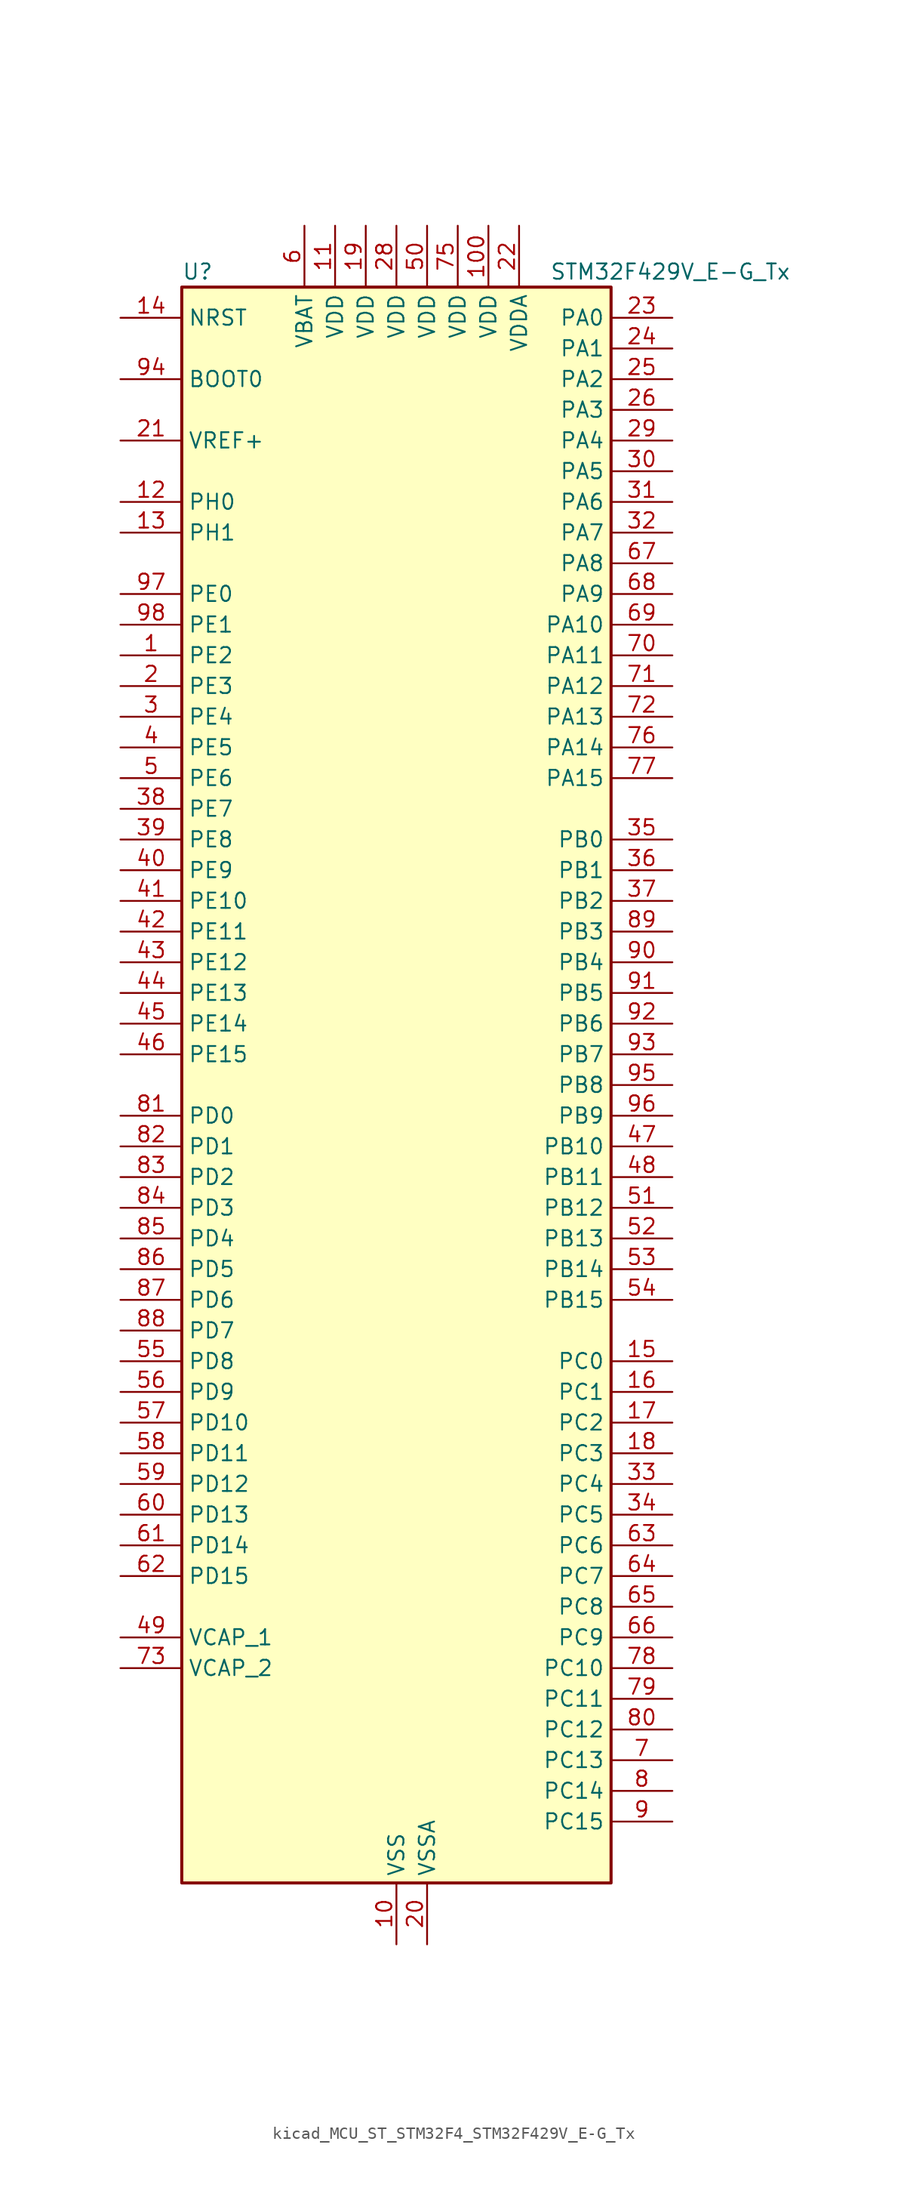
<source format=kicad_sym>
(kicad_symbol_lib
  (version 20220914)
  (generator kicad_symbol_editor)
  (symbol "kicad_MCU_ST_STM32F4_STM32F429V_E-G_Tx"
    (property "Reference" "U"
      (at -17.78 67.31 0)
      (effects (font (size 1.27 1.27)) (justify left)))
    (property "Value" "STM32F429V_E-G_Tx"
      (at 12.7 67.31 0)
      (effects (font (size 1.27 1.27)) (justify left)))
    (property "ki_locked" ""
      (at 0 0 0)
      (effects (font (size 1.27 1.27))))
    (symbol "kicad_MCU_ST_STM32F4_STM32F429V_E-G_Tx_0_1"
      (rectangle (start -17.78 -66.04) (end 17.78 66.04) (stroke (width 0.254) (type default)) (fill (type background))))
    (symbol "kicad_MCU_ST_STM32F4_STM32F429V_E-G_Tx_1_1"
      (pin bidirectional line (at -22.86 35.56 0) (length 5.08) (name "PE2" (effects (font (size 1.27 1.27)))) (number "1" (effects (font (size 1.27 1.27)))) (alternate "ETH_TXD3" bidirectional line) (alternate "FMC_A23" bidirectional line) (alternate "SAI1_MCLK_A" bidirectional line) (alternate "SPI4_SCK" bidirectional line) (alternate "SYS_TRACECLK" bidirectional line))
      (pin power_in line (at 0 -71.12 90) (length 5.08) (name "VSS" (effects (font (size 1.27 1.27)))) (number "10" (effects (font (size 1.27 1.27)))))
      (pin power_in line (at 7.62 71.12 270) (length 5.08) (name "VDD" (effects (font (size 1.27 1.27)))) (number "100" (effects (font (size 1.27 1.27)))))
      (pin power_in line (at -5.08 71.12 270) (length 5.08) (name "VDD" (effects (font (size 1.27 1.27)))) (number "11" (effects (font (size 1.27 1.27)))))
      (pin bidirectional line (at -22.86 48.26 0) (length 5.08) (name "PH0" (effects (font (size 1.27 1.27)))) (number "12" (effects (font (size 1.27 1.27)))) (alternate "RCC_OSC_IN" bidirectional line))
      (pin bidirectional line (at -22.86 45.72 0) (length 5.08) (name "PH1" (effects (font (size 1.27 1.27)))) (number "13" (effects (font (size 1.27 1.27)))) (alternate "RCC_OSC_OUT" bidirectional line))
      (pin input line (at -22.86 63.5 0) (length 5.08) (name "NRST" (effects (font (size 1.27 1.27)))) (number "14" (effects (font (size 1.27 1.27)))))
      (pin bidirectional line (at 22.86 -22.86 180) (length 5.08) (name "PC0" (effects (font (size 1.27 1.27)))) (number "15" (effects (font (size 1.27 1.27)))) (alternate "ADC1_IN10" bidirectional line) (alternate "ADC2_IN10" bidirectional line) (alternate "ADC3_IN10" bidirectional line) (alternate "USB_OTG_HS_ULPI_STP" bidirectional line))
      (pin bidirectional line (at 22.86 -25.4 180) (length 5.08) (name "PC1" (effects (font (size 1.27 1.27)))) (number "16" (effects (font (size 1.27 1.27)))) (alternate "ADC1_IN11" bidirectional line) (alternate "ADC2_IN11" bidirectional line) (alternate "ADC3_IN11" bidirectional line) (alternate "ETH_MDC" bidirectional line))
      (pin bidirectional line (at 22.86 -27.94 180) (length 5.08) (name "PC2" (effects (font (size 1.27 1.27)))) (number "17" (effects (font (size 1.27 1.27)))) (alternate "ADC1_IN12" bidirectional line) (alternate "ADC2_IN12" bidirectional line) (alternate "ADC3_IN12" bidirectional line) (alternate "ETH_TXD2" bidirectional line) (alternate "I2S2_ext_SD" bidirectional line) (alternate "SPI2_MISO" bidirectional line) (alternate "USB_OTG_HS_ULPI_DIR" bidirectional line))
      (pin bidirectional line (at 22.86 -30.48 180) (length 5.08) (name "PC3" (effects (font (size 1.27 1.27)))) (number "18" (effects (font (size 1.27 1.27)))) (alternate "ADC1_IN13" bidirectional line) (alternate "ADC2_IN13" bidirectional line) (alternate "ADC3_IN13" bidirectional line) (alternate "ETH_TX_CLK" bidirectional line) (alternate "I2S2_SD" bidirectional line) (alternate "SPI2_MOSI" bidirectional line) (alternate "USB_OTG_HS_ULPI_NXT" bidirectional line))
      (pin power_in line (at -2.54 71.12 270) (length 5.08) (name "VDD" (effects (font (size 1.27 1.27)))) (number "19" (effects (font (size 1.27 1.27)))))
      (pin bidirectional line (at -22.86 33.02 0) (length 5.08) (name "PE3" (effects (font (size 1.27 1.27)))) (number "2" (effects (font (size 1.27 1.27)))) (alternate "FMC_A19" bidirectional line) (alternate "SAI1_SD_B" bidirectional line) (alternate "SYS_TRACED0" bidirectional line))
      (pin power_in line (at 2.54 -71.12 90) (length 5.08) (name "VSSA" (effects (font (size 1.27 1.27)))) (number "20" (effects (font (size 1.27 1.27)))))
      (pin input line (at -22.86 53.34 0) (length 5.08) (name "VREF+" (effects (font (size 1.27 1.27)))) (number "21" (effects (font (size 1.27 1.27)))))
      (pin power_in line (at 10.16 71.12 270) (length 5.08) (name "VDDA" (effects (font (size 1.27 1.27)))) (number "22" (effects (font (size 1.27 1.27)))))
      (pin bidirectional line (at 22.86 63.5 180) (length 5.08) (name "PA0" (effects (font (size 1.27 1.27)))) (number "23" (effects (font (size 1.27 1.27)))) (alternate "ADC1_IN0" bidirectional line) (alternate "ADC2_IN0" bidirectional line) (alternate "ADC3_IN0" bidirectional line) (alternate "ETH_CRS" bidirectional line) (alternate "SYS_WKUP" bidirectional line) (alternate "TIM2_CH1" bidirectional line) (alternate "TIM2_ETR" bidirectional line) (alternate "TIM5_CH1" bidirectional line) (alternate "TIM8_ETR" bidirectional line) (alternate "UART4_TX" bidirectional line) (alternate "USART2_CTS" bidirectional line))
      (pin bidirectional line (at 22.86 60.96 180) (length 5.08) (name "PA1" (effects (font (size 1.27 1.27)))) (number "24" (effects (font (size 1.27 1.27)))) (alternate "ADC1_IN1" bidirectional line) (alternate "ADC2_IN1" bidirectional line) (alternate "ADC3_IN1" bidirectional line) (alternate "ETH_REF_CLK" bidirectional line) (alternate "ETH_RX_CLK" bidirectional line) (alternate "TIM2_CH2" bidirectional line) (alternate "TIM5_CH2" bidirectional line) (alternate "UART4_RX" bidirectional line) (alternate "USART2_RTS" bidirectional line))
      (pin bidirectional line (at 22.86 58.42 180) (length 5.08) (name "PA2" (effects (font (size 1.27 1.27)))) (number "25" (effects (font (size 1.27 1.27)))) (alternate "ADC1_IN2" bidirectional line) (alternate "ADC2_IN2" bidirectional line) (alternate "ADC3_IN2" bidirectional line) (alternate "ETH_MDIO" bidirectional line) (alternate "TIM2_CH3" bidirectional line) (alternate "TIM5_CH3" bidirectional line) (alternate "TIM9_CH1" bidirectional line) (alternate "USART2_TX" bidirectional line))
      (pin bidirectional line (at 22.86 55.88 180) (length 5.08) (name "PA3" (effects (font (size 1.27 1.27)))) (number "26" (effects (font (size 1.27 1.27)))) (alternate "ADC1_IN3" bidirectional line) (alternate "ADC2_IN3" bidirectional line) (alternate "ADC3_IN3" bidirectional line) (alternate "ETH_COL" bidirectional line) (alternate "LTDC_B5" bidirectional line) (alternate "TIM2_CH4" bidirectional line) (alternate "TIM5_CH4" bidirectional line) (alternate "TIM9_CH2" bidirectional line) (alternate "USART2_RX" bidirectional line) (alternate "USB_OTG_HS_ULPI_D0" bidirectional line))
      (pin passive line (at 0 -71.12 90) (length 5.08) hide (name "VSS" (effects (font (size 1.27 1.27)))) (number "27" (effects (font (size 1.27 1.27)))))
      (pin power_in line (at 0 71.12 270) (length 5.08) (name "VDD" (effects (font (size 1.27 1.27)))) (number "28" (effects (font (size 1.27 1.27)))))
      (pin bidirectional line (at 22.86 53.34 180) (length 5.08) (name "PA4" (effects (font (size 1.27 1.27)))) (number "29" (effects (font (size 1.27 1.27)))) (alternate "ADC1_IN4" bidirectional line) (alternate "ADC2_IN4" bidirectional line) (alternate "DAC_OUT1" bidirectional line) (alternate "DCMI_HSYNC" bidirectional line) (alternate "I2S3_WS" bidirectional line) (alternate "LTDC_VSYNC" bidirectional line) (alternate "SPI1_NSS" bidirectional line) (alternate "SPI3_NSS" bidirectional line) (alternate "USART2_CK" bidirectional line) (alternate "USB_OTG_HS_SOF" bidirectional line))
      (pin bidirectional line (at -22.86 30.48 0) (length 5.08) (name "PE4" (effects (font (size 1.27 1.27)))) (number "3" (effects (font (size 1.27 1.27)))) (alternate "DCMI_D4" bidirectional line) (alternate "FMC_A20" bidirectional line) (alternate "LTDC_B0" bidirectional line) (alternate "SAI1_FS_A" bidirectional line) (alternate "SPI4_NSS" bidirectional line) (alternate "SYS_TRACED1" bidirectional line))
      (pin bidirectional line (at 22.86 50.8 180) (length 5.08) (name "PA5" (effects (font (size 1.27 1.27)))) (number "30" (effects (font (size 1.27 1.27)))) (alternate "ADC1_IN5" bidirectional line) (alternate "ADC2_IN5" bidirectional line) (alternate "DAC_OUT2" bidirectional line) (alternate "SPI1_SCK" bidirectional line) (alternate "TIM2_CH1" bidirectional line) (alternate "TIM2_ETR" bidirectional line) (alternate "TIM8_CH1N" bidirectional line) (alternate "USB_OTG_HS_ULPI_CK" bidirectional line))
      (pin bidirectional line (at 22.86 48.26 180) (length 5.08) (name "PA6" (effects (font (size 1.27 1.27)))) (number "31" (effects (font (size 1.27 1.27)))) (alternate "ADC1_IN6" bidirectional line) (alternate "ADC2_IN6" bidirectional line) (alternate "DCMI_PIXCLK" bidirectional line) (alternate "LTDC_G2" bidirectional line) (alternate "SPI1_MISO" bidirectional line) (alternate "TIM13_CH1" bidirectional line) (alternate "TIM1_BKIN" bidirectional line) (alternate "TIM3_CH1" bidirectional line) (alternate "TIM8_BKIN" bidirectional line))
      (pin bidirectional line (at 22.86 45.72 180) (length 5.08) (name "PA7" (effects (font (size 1.27 1.27)))) (number "32" (effects (font (size 1.27 1.27)))) (alternate "ADC1_IN7" bidirectional line) (alternate "ADC2_IN7" bidirectional line) (alternate "ETH_CRS_DV" bidirectional line) (alternate "ETH_RX_DV" bidirectional line) (alternate "SPI1_MOSI" bidirectional line) (alternate "TIM14_CH1" bidirectional line) (alternate "TIM1_CH1N" bidirectional line) (alternate "TIM3_CH2" bidirectional line) (alternate "TIM8_CH1N" bidirectional line))
      (pin bidirectional line (at 22.86 -33.02 180) (length 5.08) (name "PC4" (effects (font (size 1.27 1.27)))) (number "33" (effects (font (size 1.27 1.27)))) (alternate "ADC1_IN14" bidirectional line) (alternate "ADC2_IN14" bidirectional line) (alternate "ETH_RXD0" bidirectional line))
      (pin bidirectional line (at 22.86 -35.56 180) (length 5.08) (name "PC5" (effects (font (size 1.27 1.27)))) (number "34" (effects (font (size 1.27 1.27)))) (alternate "ADC1_IN15" bidirectional line) (alternate "ADC2_IN15" bidirectional line) (alternate "ETH_RXD1" bidirectional line))
      (pin bidirectional line (at 22.86 20.32 180) (length 5.08) (name "PB0" (effects (font (size 1.27 1.27)))) (number "35" (effects (font (size 1.27 1.27)))) (alternate "ADC1_IN8" bidirectional line) (alternate "ADC2_IN8" bidirectional line) (alternate "ETH_RXD2" bidirectional line) (alternate "LTDC_R3" bidirectional line) (alternate "TIM1_CH2N" bidirectional line) (alternate "TIM3_CH3" bidirectional line) (alternate "TIM8_CH2N" bidirectional line) (alternate "USB_OTG_HS_ULPI_D1" bidirectional line))
      (pin bidirectional line (at 22.86 17.78 180) (length 5.08) (name "PB1" (effects (font (size 1.27 1.27)))) (number "36" (effects (font (size 1.27 1.27)))) (alternate "ADC1_IN9" bidirectional line) (alternate "ADC2_IN9" bidirectional line) (alternate "ETH_RXD3" bidirectional line) (alternate "LTDC_R6" bidirectional line) (alternate "TIM1_CH3N" bidirectional line) (alternate "TIM3_CH4" bidirectional line) (alternate "TIM8_CH3N" bidirectional line) (alternate "USB_OTG_HS_ULPI_D2" bidirectional line))
      (pin bidirectional line (at 22.86 15.24 180) (length 5.08) (name "PB2" (effects (font (size 1.27 1.27)))) (number "37" (effects (font (size 1.27 1.27)))))
      (pin bidirectional line (at -22.86 22.86 0) (length 5.08) (name "PE7" (effects (font (size 1.27 1.27)))) (number "38" (effects (font (size 1.27 1.27)))) (alternate "FMC_D4" bidirectional line) (alternate "FMC_DA4" bidirectional line) (alternate "TIM1_ETR" bidirectional line) (alternate "UART7_RX" bidirectional line))
      (pin bidirectional line (at -22.86 20.32 0) (length 5.08) (name "PE8" (effects (font (size 1.27 1.27)))) (number "39" (effects (font (size 1.27 1.27)))) (alternate "FMC_D5" bidirectional line) (alternate "FMC_DA5" bidirectional line) (alternate "TIM1_CH1N" bidirectional line) (alternate "UART7_TX" bidirectional line))
      (pin bidirectional line (at -22.86 27.94 0) (length 5.08) (name "PE5" (effects (font (size 1.27 1.27)))) (number "4" (effects (font (size 1.27 1.27)))) (alternate "DCMI_D6" bidirectional line) (alternate "FMC_A21" bidirectional line) (alternate "LTDC_G0" bidirectional line) (alternate "SAI1_SCK_A" bidirectional line) (alternate "SPI4_MISO" bidirectional line) (alternate "SYS_TRACED2" bidirectional line) (alternate "TIM9_CH1" bidirectional line))
      (pin bidirectional line (at -22.86 17.78 0) (length 5.08) (name "PE9" (effects (font (size 1.27 1.27)))) (number "40" (effects (font (size 1.27 1.27)))) (alternate "DAC_EXTI9" bidirectional line) (alternate "FMC_D6" bidirectional line) (alternate "FMC_DA6" bidirectional line) (alternate "TIM1_CH1" bidirectional line))
      (pin bidirectional line (at -22.86 15.24 0) (length 5.08) (name "PE10" (effects (font (size 1.27 1.27)))) (number "41" (effects (font (size 1.27 1.27)))) (alternate "FMC_D7" bidirectional line) (alternate "FMC_DA7" bidirectional line) (alternate "TIM1_CH2N" bidirectional line))
      (pin bidirectional line (at -22.86 12.7 0) (length 5.08) (name "PE11" (effects (font (size 1.27 1.27)))) (number "42" (effects (font (size 1.27 1.27)))) (alternate "ADC1_EXTI11" bidirectional line) (alternate "ADC2_EXTI11" bidirectional line) (alternate "ADC3_EXTI11" bidirectional line) (alternate "FMC_D8" bidirectional line) (alternate "FMC_DA8" bidirectional line) (alternate "LTDC_G3" bidirectional line) (alternate "SPI4_NSS" bidirectional line) (alternate "TIM1_CH2" bidirectional line))
      (pin bidirectional line (at -22.86 10.16 0) (length 5.08) (name "PE12" (effects (font (size 1.27 1.27)))) (number "43" (effects (font (size 1.27 1.27)))) (alternate "FMC_D9" bidirectional line) (alternate "FMC_DA9" bidirectional line) (alternate "LTDC_B4" bidirectional line) (alternate "SPI4_SCK" bidirectional line) (alternate "TIM1_CH3N" bidirectional line))
      (pin bidirectional line (at -22.86 7.62 0) (length 5.08) (name "PE13" (effects (font (size 1.27 1.27)))) (number "44" (effects (font (size 1.27 1.27)))) (alternate "FMC_D10" bidirectional line) (alternate "FMC_DA10" bidirectional line) (alternate "LTDC_DE" bidirectional line) (alternate "SPI4_MISO" bidirectional line) (alternate "TIM1_CH3" bidirectional line))
      (pin bidirectional line (at -22.86 5.08 0) (length 5.08) (name "PE14" (effects (font (size 1.27 1.27)))) (number "45" (effects (font (size 1.27 1.27)))) (alternate "FMC_D11" bidirectional line) (alternate "FMC_DA11" bidirectional line) (alternate "LTDC_CLK" bidirectional line) (alternate "SPI4_MOSI" bidirectional line) (alternate "TIM1_CH4" bidirectional line))
      (pin bidirectional line (at -22.86 2.54 0) (length 5.08) (name "PE15" (effects (font (size 1.27 1.27)))) (number "46" (effects (font (size 1.27 1.27)))) (alternate "ADC1_EXTI15" bidirectional line) (alternate "ADC2_EXTI15" bidirectional line) (alternate "ADC3_EXTI15" bidirectional line) (alternate "FMC_D12" bidirectional line) (alternate "FMC_DA12" bidirectional line) (alternate "LTDC_R7" bidirectional line) (alternate "TIM1_BKIN" bidirectional line))
      (pin bidirectional line (at 22.86 -5.08 180) (length 5.08) (name "PB10" (effects (font (size 1.27 1.27)))) (number "47" (effects (font (size 1.27 1.27)))) (alternate "ETH_RX_ER" bidirectional line) (alternate "I2C2_SCL" bidirectional line) (alternate "I2S2_CK" bidirectional line) (alternate "LTDC_G4" bidirectional line) (alternate "SPI2_SCK" bidirectional line) (alternate "TIM2_CH3" bidirectional line) (alternate "USART3_TX" bidirectional line) (alternate "USB_OTG_HS_ULPI_D3" bidirectional line))
      (pin bidirectional line (at 22.86 -7.62 180) (length 5.08) (name "PB11" (effects (font (size 1.27 1.27)))) (number "48" (effects (font (size 1.27 1.27)))) (alternate "ADC1_EXTI11" bidirectional line) (alternate "ADC2_EXTI11" bidirectional line) (alternate "ADC3_EXTI11" bidirectional line) (alternate "ETH_TX_EN" bidirectional line) (alternate "I2C2_SDA" bidirectional line) (alternate "LTDC_G5" bidirectional line) (alternate "TIM2_CH4" bidirectional line) (alternate "USART3_RX" bidirectional line) (alternate "USB_OTG_HS_ULPI_D4" bidirectional line))
      (pin power_out line (at -22.86 -45.72 0) (length 5.08) (name "VCAP_1" (effects (font (size 1.27 1.27)))) (number "49" (effects (font (size 1.27 1.27)))))
      (pin bidirectional line (at -22.86 25.4 0) (length 5.08) (name "PE6" (effects (font (size 1.27 1.27)))) (number "5" (effects (font (size 1.27 1.27)))) (alternate "DCMI_D7" bidirectional line) (alternate "FMC_A22" bidirectional line) (alternate "LTDC_G1" bidirectional line) (alternate "SAI1_SD_A" bidirectional line) (alternate "SPI4_MOSI" bidirectional line) (alternate "SYS_TRACED3" bidirectional line) (alternate "TIM9_CH2" bidirectional line))
      (pin power_in line (at 2.54 71.12 270) (length 5.08) (name "VDD" (effects (font (size 1.27 1.27)))) (number "50" (effects (font (size 1.27 1.27)))))
      (pin bidirectional line (at 22.86 -10.16 180) (length 5.08) (name "PB12" (effects (font (size 1.27 1.27)))) (number "51" (effects (font (size 1.27 1.27)))) (alternate "CAN2_RX" bidirectional line) (alternate "ETH_TXD0" bidirectional line) (alternate "I2C2_SMBA" bidirectional line) (alternate "I2S2_WS" bidirectional line) (alternate "SPI2_NSS" bidirectional line) (alternate "TIM1_BKIN" bidirectional line) (alternate "USART3_CK" bidirectional line) (alternate "USB_OTG_HS_ID" bidirectional line) (alternate "USB_OTG_HS_ULPI_D5" bidirectional line))
      (pin bidirectional line (at 22.86 -12.7 180) (length 5.08) (name "PB13" (effects (font (size 1.27 1.27)))) (number "52" (effects (font (size 1.27 1.27)))) (alternate "CAN2_TX" bidirectional line) (alternate "ETH_TXD1" bidirectional line) (alternate "I2S2_CK" bidirectional line) (alternate "SPI2_SCK" bidirectional line) (alternate "TIM1_CH1N" bidirectional line) (alternate "USART3_CTS" bidirectional line) (alternate "USB_OTG_HS_ULPI_D6" bidirectional line) (alternate "USB_OTG_HS_VBUS" bidirectional line))
      (pin bidirectional line (at 22.86 -15.24 180) (length 5.08) (name "PB14" (effects (font (size 1.27 1.27)))) (number "53" (effects (font (size 1.27 1.27)))) (alternate "I2S2_ext_SD" bidirectional line) (alternate "SPI2_MISO" bidirectional line) (alternate "TIM12_CH1" bidirectional line) (alternate "TIM1_CH2N" bidirectional line) (alternate "TIM8_CH2N" bidirectional line) (alternate "USART3_RTS" bidirectional line) (alternate "USB_OTG_HS_DM" bidirectional line))
      (pin bidirectional line (at 22.86 -17.78 180) (length 5.08) (name "PB15" (effects (font (size 1.27 1.27)))) (number "54" (effects (font (size 1.27 1.27)))) (alternate "ADC1_EXTI15" bidirectional line) (alternate "ADC2_EXTI15" bidirectional line) (alternate "ADC3_EXTI15" bidirectional line) (alternate "I2S2_SD" bidirectional line) (alternate "RTC_REFIN" bidirectional line) (alternate "SPI2_MOSI" bidirectional line) (alternate "TIM12_CH2" bidirectional line) (alternate "TIM1_CH3N" bidirectional line) (alternate "TIM8_CH3N" bidirectional line) (alternate "USB_OTG_HS_DP" bidirectional line))
      (pin bidirectional line (at -22.86 -22.86 0) (length 5.08) (name "PD8" (effects (font (size 1.27 1.27)))) (number "55" (effects (font (size 1.27 1.27)))) (alternate "FMC_D13" bidirectional line) (alternate "FMC_DA13" bidirectional line) (alternate "USART3_TX" bidirectional line))
      (pin bidirectional line (at -22.86 -25.4 0) (length 5.08) (name "PD9" (effects (font (size 1.27 1.27)))) (number "56" (effects (font (size 1.27 1.27)))) (alternate "DAC_EXTI9" bidirectional line) (alternate "FMC_D14" bidirectional line) (alternate "FMC_DA14" bidirectional line) (alternate "USART3_RX" bidirectional line))
      (pin bidirectional line (at -22.86 -27.94 0) (length 5.08) (name "PD10" (effects (font (size 1.27 1.27)))) (number "57" (effects (font (size 1.27 1.27)))) (alternate "FMC_D15" bidirectional line) (alternate "FMC_DA15" bidirectional line) (alternate "LTDC_B3" bidirectional line) (alternate "USART3_CK" bidirectional line))
      (pin bidirectional line (at -22.86 -30.48 0) (length 5.08) (name "PD11" (effects (font (size 1.27 1.27)))) (number "58" (effects (font (size 1.27 1.27)))) (alternate "ADC1_EXTI11" bidirectional line) (alternate "ADC2_EXTI11" bidirectional line) (alternate "ADC3_EXTI11" bidirectional line) (alternate "FMC_A16" bidirectional line) (alternate "FMC_CLE" bidirectional line) (alternate "USART3_CTS" bidirectional line))
      (pin bidirectional line (at -22.86 -33.02 0) (length 5.08) (name "PD12" (effects (font (size 1.27 1.27)))) (number "59" (effects (font (size 1.27 1.27)))) (alternate "FMC_A17" bidirectional line) (alternate "FMC_ALE" bidirectional line) (alternate "TIM4_CH1" bidirectional line) (alternate "USART3_RTS" bidirectional line))
      (pin power_in line (at -7.62 71.12 270) (length 5.08) (name "VBAT" (effects (font (size 1.27 1.27)))) (number "6" (effects (font (size 1.27 1.27)))))
      (pin bidirectional line (at -22.86 -35.56 0) (length 5.08) (name "PD13" (effects (font (size 1.27 1.27)))) (number "60" (effects (font (size 1.27 1.27)))) (alternate "FMC_A18" bidirectional line) (alternate "TIM4_CH2" bidirectional line))
      (pin bidirectional line (at -22.86 -38.1 0) (length 5.08) (name "PD14" (effects (font (size 1.27 1.27)))) (number "61" (effects (font (size 1.27 1.27)))) (alternate "FMC_D0" bidirectional line) (alternate "FMC_DA0" bidirectional line) (alternate "TIM4_CH3" bidirectional line))
      (pin bidirectional line (at -22.86 -40.64 0) (length 5.08) (name "PD15" (effects (font (size 1.27 1.27)))) (number "62" (effects (font (size 1.27 1.27)))) (alternate "ADC1_EXTI15" bidirectional line) (alternate "ADC2_EXTI15" bidirectional line) (alternate "ADC3_EXTI15" bidirectional line) (alternate "FMC_D1" bidirectional line) (alternate "FMC_DA1" bidirectional line) (alternate "TIM4_CH4" bidirectional line))
      (pin bidirectional line (at 22.86 -38.1 180) (length 5.08) (name "PC6" (effects (font (size 1.27 1.27)))) (number "63" (effects (font (size 1.27 1.27)))) (alternate "DCMI_D0" bidirectional line) (alternate "I2S2_MCK" bidirectional line) (alternate "LTDC_HSYNC" bidirectional line) (alternate "SDIO_D6" bidirectional line) (alternate "TIM3_CH1" bidirectional line) (alternate "TIM8_CH1" bidirectional line) (alternate "USART6_TX" bidirectional line))
      (pin bidirectional line (at 22.86 -40.64 180) (length 5.08) (name "PC7" (effects (font (size 1.27 1.27)))) (number "64" (effects (font (size 1.27 1.27)))) (alternate "DCMI_D1" bidirectional line) (alternate "I2S3_MCK" bidirectional line) (alternate "LTDC_G6" bidirectional line) (alternate "SDIO_D7" bidirectional line) (alternate "TIM3_CH2" bidirectional line) (alternate "TIM8_CH2" bidirectional line) (alternate "USART6_RX" bidirectional line))
      (pin bidirectional line (at 22.86 -43.18 180) (length 5.08) (name "PC8" (effects (font (size 1.27 1.27)))) (number "65" (effects (font (size 1.27 1.27)))) (alternate "DCMI_D2" bidirectional line) (alternate "SDIO_D0" bidirectional line) (alternate "TIM3_CH3" bidirectional line) (alternate "TIM8_CH3" bidirectional line) (alternate "USART6_CK" bidirectional line))
      (pin bidirectional line (at 22.86 -45.72 180) (length 5.08) (name "PC9" (effects (font (size 1.27 1.27)))) (number "66" (effects (font (size 1.27 1.27)))) (alternate "DAC_EXTI9" bidirectional line) (alternate "DCMI_D3" bidirectional line) (alternate "I2C3_SDA" bidirectional line) (alternate "I2S_CKIN" bidirectional line) (alternate "RCC_MCO_2" bidirectional line) (alternate "SDIO_D1" bidirectional line) (alternate "TIM3_CH4" bidirectional line) (alternate "TIM8_CH4" bidirectional line))
      (pin bidirectional line (at 22.86 43.18 180) (length 5.08) (name "PA8" (effects (font (size 1.27 1.27)))) (number "67" (effects (font (size 1.27 1.27)))) (alternate "I2C3_SCL" bidirectional line) (alternate "LTDC_R6" bidirectional line) (alternate "RCC_MCO_1" bidirectional line) (alternate "TIM1_CH1" bidirectional line) (alternate "USART1_CK" bidirectional line) (alternate "USB_OTG_FS_SOF" bidirectional line))
      (pin bidirectional line (at 22.86 40.64 180) (length 5.08) (name "PA9" (effects (font (size 1.27 1.27)))) (number "68" (effects (font (size 1.27 1.27)))) (alternate "DAC_EXTI9" bidirectional line) (alternate "DCMI_D0" bidirectional line) (alternate "I2C3_SMBA" bidirectional line) (alternate "TIM1_CH2" bidirectional line) (alternate "USART1_TX" bidirectional line) (alternate "USB_OTG_FS_VBUS" bidirectional line))
      (pin bidirectional line (at 22.86 38.1 180) (length 5.08) (name "PA10" (effects (font (size 1.27 1.27)))) (number "69" (effects (font (size 1.27 1.27)))) (alternate "DCMI_D1" bidirectional line) (alternate "TIM1_CH3" bidirectional line) (alternate "USART1_RX" bidirectional line) (alternate "USB_OTG_FS_ID" bidirectional line))
      (pin bidirectional line (at 22.86 -55.88 180) (length 5.08) (name "PC13" (effects (font (size 1.27 1.27)))) (number "7" (effects (font (size 1.27 1.27)))) (alternate "RTC_AF1" bidirectional line))
      (pin bidirectional line (at 22.86 35.56 180) (length 5.08) (name "PA11" (effects (font (size 1.27 1.27)))) (number "70" (effects (font (size 1.27 1.27)))) (alternate "ADC1_EXTI11" bidirectional line) (alternate "ADC2_EXTI11" bidirectional line) (alternate "ADC3_EXTI11" bidirectional line) (alternate "CAN1_RX" bidirectional line) (alternate "LTDC_R4" bidirectional line) (alternate "TIM1_CH4" bidirectional line) (alternate "USART1_CTS" bidirectional line) (alternate "USB_OTG_FS_DM" bidirectional line))
      (pin bidirectional line (at 22.86 33.02 180) (length 5.08) (name "PA12" (effects (font (size 1.27 1.27)))) (number "71" (effects (font (size 1.27 1.27)))) (alternate "CAN1_TX" bidirectional line) (alternate "LTDC_R5" bidirectional line) (alternate "TIM1_ETR" bidirectional line) (alternate "USART1_RTS" bidirectional line) (alternate "USB_OTG_FS_DP" bidirectional line))
      (pin bidirectional line (at 22.86 30.48 180) (length 5.08) (name "PA13" (effects (font (size 1.27 1.27)))) (number "72" (effects (font (size 1.27 1.27)))) (alternate "SYS_JTMS-SWDIO" bidirectional line))
      (pin power_out line (at -22.86 -48.26 0) (length 5.08) (name "VCAP_2" (effects (font (size 1.27 1.27)))) (number "73" (effects (font (size 1.27 1.27)))))
      (pin passive line (at 0 -71.12 90) (length 5.08) hide (name "VSS" (effects (font (size 1.27 1.27)))) (number "74" (effects (font (size 1.27 1.27)))))
      (pin power_in line (at 5.08 71.12 270) (length 5.08) (name "VDD" (effects (font (size 1.27 1.27)))) (number "75" (effects (font (size 1.27 1.27)))))
      (pin bidirectional line (at 22.86 27.94 180) (length 5.08) (name "PA14" (effects (font (size 1.27 1.27)))) (number "76" (effects (font (size 1.27 1.27)))) (alternate "SYS_JTCK-SWCLK" bidirectional line))
      (pin bidirectional line (at 22.86 25.4 180) (length 5.08) (name "PA15" (effects (font (size 1.27 1.27)))) (number "77" (effects (font (size 1.27 1.27)))) (alternate "ADC1_EXTI15" bidirectional line) (alternate "ADC2_EXTI15" bidirectional line) (alternate "ADC3_EXTI15" bidirectional line) (alternate "I2S3_WS" bidirectional line) (alternate "SPI1_NSS" bidirectional line) (alternate "SPI3_NSS" bidirectional line) (alternate "SYS_JTDI" bidirectional line) (alternate "TIM2_CH1" bidirectional line) (alternate "TIM2_ETR" bidirectional line))
      (pin bidirectional line (at 22.86 -48.26 180) (length 5.08) (name "PC10" (effects (font (size 1.27 1.27)))) (number "78" (effects (font (size 1.27 1.27)))) (alternate "DCMI_D8" bidirectional line) (alternate "I2S3_CK" bidirectional line) (alternate "LTDC_R2" bidirectional line) (alternate "SDIO_D2" bidirectional line) (alternate "SPI3_SCK" bidirectional line) (alternate "UART4_TX" bidirectional line) (alternate "USART3_TX" bidirectional line))
      (pin bidirectional line (at 22.86 -50.8 180) (length 5.08) (name "PC11" (effects (font (size 1.27 1.27)))) (number "79" (effects (font (size 1.27 1.27)))) (alternate "ADC1_EXTI11" bidirectional line) (alternate "ADC2_EXTI11" bidirectional line) (alternate "ADC3_EXTI11" bidirectional line) (alternate "DCMI_D4" bidirectional line) (alternate "I2S3_ext_SD" bidirectional line) (alternate "SDIO_D3" bidirectional line) (alternate "SPI3_MISO" bidirectional line) (alternate "UART4_RX" bidirectional line) (alternate "USART3_RX" bidirectional line))
      (pin bidirectional line (at 22.86 -58.42 180) (length 5.08) (name "PC14" (effects (font (size 1.27 1.27)))) (number "8" (effects (font (size 1.27 1.27)))) (alternate "RCC_OSC32_IN" bidirectional line))
      (pin bidirectional line (at 22.86 -53.34 180) (length 5.08) (name "PC12" (effects (font (size 1.27 1.27)))) (number "80" (effects (font (size 1.27 1.27)))) (alternate "DCMI_D9" bidirectional line) (alternate "I2S3_SD" bidirectional line) (alternate "SDIO_CK" bidirectional line) (alternate "SPI3_MOSI" bidirectional line) (alternate "UART5_TX" bidirectional line) (alternate "USART3_CK" bidirectional line))
      (pin bidirectional line (at -22.86 -2.54 0) (length 5.08) (name "PD0" (effects (font (size 1.27 1.27)))) (number "81" (effects (font (size 1.27 1.27)))) (alternate "CAN1_RX" bidirectional line) (alternate "FMC_D2" bidirectional line) (alternate "FMC_DA2" bidirectional line))
      (pin bidirectional line (at -22.86 -5.08 0) (length 5.08) (name "PD1" (effects (font (size 1.27 1.27)))) (number "82" (effects (font (size 1.27 1.27)))) (alternate "CAN1_TX" bidirectional line) (alternate "FMC_D3" bidirectional line) (alternate "FMC_DA3" bidirectional line))
      (pin bidirectional line (at -22.86 -7.62 0) (length 5.08) (name "PD2" (effects (font (size 1.27 1.27)))) (number "83" (effects (font (size 1.27 1.27)))) (alternate "DCMI_D11" bidirectional line) (alternate "SDIO_CMD" bidirectional line) (alternate "TIM3_ETR" bidirectional line) (alternate "UART5_RX" bidirectional line))
      (pin bidirectional line (at -22.86 -10.16 0) (length 5.08) (name "PD3" (effects (font (size 1.27 1.27)))) (number "84" (effects (font (size 1.27 1.27)))) (alternate "DCMI_D5" bidirectional line) (alternate "FMC_CLK" bidirectional line) (alternate "I2S2_CK" bidirectional line) (alternate "LTDC_G7" bidirectional line) (alternate "SPI2_SCK" bidirectional line) (alternate "USART2_CTS" bidirectional line))
      (pin bidirectional line (at -22.86 -12.7 0) (length 5.08) (name "PD4" (effects (font (size 1.27 1.27)))) (number "85" (effects (font (size 1.27 1.27)))) (alternate "FMC_NOE" bidirectional line) (alternate "USART2_RTS" bidirectional line))
      (pin bidirectional line (at -22.86 -15.24 0) (length 5.08) (name "PD5" (effects (font (size 1.27 1.27)))) (number "86" (effects (font (size 1.27 1.27)))) (alternate "FMC_NWE" bidirectional line) (alternate "USART2_TX" bidirectional line))
      (pin bidirectional line (at -22.86 -17.78 0) (length 5.08) (name "PD6" (effects (font (size 1.27 1.27)))) (number "87" (effects (font (size 1.27 1.27)))) (alternate "DCMI_D10" bidirectional line) (alternate "FMC_NWAIT" bidirectional line) (alternate "I2S3_SD" bidirectional line) (alternate "LTDC_B2" bidirectional line) (alternate "SAI1_SD_A" bidirectional line) (alternate "SPI3_MOSI" bidirectional line) (alternate "USART2_RX" bidirectional line))
      (pin bidirectional line (at -22.86 -20.32 0) (length 5.08) (name "PD7" (effects (font (size 1.27 1.27)))) (number "88" (effects (font (size 1.27 1.27)))) (alternate "FMC_NCE2" bidirectional line) (alternate "FMC_NE1" bidirectional line) (alternate "USART2_CK" bidirectional line))
      (pin bidirectional line (at 22.86 12.7 180) (length 5.08) (name "PB3" (effects (font (size 1.27 1.27)))) (number "89" (effects (font (size 1.27 1.27)))) (alternate "I2S3_CK" bidirectional line) (alternate "SPI1_SCK" bidirectional line) (alternate "SPI3_SCK" bidirectional line) (alternate "SYS_JTDO-SWO" bidirectional line) (alternate "TIM2_CH2" bidirectional line))
      (pin bidirectional line (at 22.86 -60.96 180) (length 5.08) (name "PC15" (effects (font (size 1.27 1.27)))) (number "9" (effects (font (size 1.27 1.27)))) (alternate "ADC1_EXTI15" bidirectional line) (alternate "ADC2_EXTI15" bidirectional line) (alternate "ADC3_EXTI15" bidirectional line) (alternate "RCC_OSC32_OUT" bidirectional line))
      (pin bidirectional line (at 22.86 10.16 180) (length 5.08) (name "PB4" (effects (font (size 1.27 1.27)))) (number "90" (effects (font (size 1.27 1.27)))) (alternate "I2S3_ext_SD" bidirectional line) (alternate "SPI1_MISO" bidirectional line) (alternate "SPI3_MISO" bidirectional line) (alternate "SYS_JTRST" bidirectional line) (alternate "TIM3_CH1" bidirectional line))
      (pin bidirectional line (at 22.86 7.62 180) (length 5.08) (name "PB5" (effects (font (size 1.27 1.27)))) (number "91" (effects (font (size 1.27 1.27)))) (alternate "CAN2_RX" bidirectional line) (alternate "DCMI_D10" bidirectional line) (alternate "ETH_PPS_OUT" bidirectional line) (alternate "I2C1_SMBA" bidirectional line) (alternate "I2S3_SD" bidirectional line) (alternate "SPI1_MOSI" bidirectional line) (alternate "SPI3_MOSI" bidirectional line) (alternate "TIM3_CH2" bidirectional line) (alternate "USB_OTG_HS_ULPI_D7" bidirectional line))
      (pin bidirectional line (at 22.86 5.08 180) (length 5.08) (name "PB6" (effects (font (size 1.27 1.27)))) (number "92" (effects (font (size 1.27 1.27)))) (alternate "CAN2_TX" bidirectional line) (alternate "DCMI_D5" bidirectional line) (alternate "I2C1_SCL" bidirectional line) (alternate "TIM4_CH1" bidirectional line) (alternate "USART1_TX" bidirectional line))
      (pin bidirectional line (at 22.86 2.54 180) (length 5.08) (name "PB7" (effects (font (size 1.27 1.27)))) (number "93" (effects (font (size 1.27 1.27)))) (alternate "DCMI_VSYNC" bidirectional line) (alternate "FMC_NL" bidirectional line) (alternate "I2C1_SDA" bidirectional line) (alternate "TIM4_CH2" bidirectional line) (alternate "USART1_RX" bidirectional line))
      (pin input line (at -22.86 58.42 0) (length 5.08) (name "BOOT0" (effects (font (size 1.27 1.27)))) (number "94" (effects (font (size 1.27 1.27)))))
      (pin bidirectional line (at 22.86 0 180) (length 5.08) (name "PB8" (effects (font (size 1.27 1.27)))) (number "95" (effects (font (size 1.27 1.27)))) (alternate "CAN1_RX" bidirectional line) (alternate "DCMI_D6" bidirectional line) (alternate "ETH_TXD3" bidirectional line) (alternate "I2C1_SCL" bidirectional line) (alternate "LTDC_B6" bidirectional line) (alternate "SDIO_D4" bidirectional line) (alternate "TIM10_CH1" bidirectional line) (alternate "TIM4_CH3" bidirectional line))
      (pin bidirectional line (at 22.86 -2.54 180) (length 5.08) (name "PB9" (effects (font (size 1.27 1.27)))) (number "96" (effects (font (size 1.27 1.27)))) (alternate "CAN1_TX" bidirectional line) (alternate "DAC_EXTI9" bidirectional line) (alternate "DCMI_D7" bidirectional line) (alternate "I2C1_SDA" bidirectional line) (alternate "I2S2_WS" bidirectional line) (alternate "LTDC_B7" bidirectional line) (alternate "SDIO_D5" bidirectional line) (alternate "SPI2_NSS" bidirectional line) (alternate "TIM11_CH1" bidirectional line) (alternate "TIM4_CH4" bidirectional line))
      (pin bidirectional line (at -22.86 40.64 0) (length 5.08) (name "PE0" (effects (font (size 1.27 1.27)))) (number "97" (effects (font (size 1.27 1.27)))) (alternate "DCMI_D2" bidirectional line) (alternate "FMC_NBL0" bidirectional line) (alternate "TIM4_ETR" bidirectional line) (alternate "UART8_RX" bidirectional line))
      (pin bidirectional line (at -22.86 38.1 0) (length 5.08) (name "PE1" (effects (font (size 1.27 1.27)))) (number "98" (effects (font (size 1.27 1.27)))) (alternate "DCMI_D3" bidirectional line) (alternate "FMC_NBL1" bidirectional line) (alternate "UART8_TX" bidirectional line))
      (pin passive line (at 0 -71.12 90) (length 5.08) hide (name "VSS" (effects (font (size 1.27 1.27)))) (number "99" (effects (font (size 1.27 1.27))))))))
</source>
